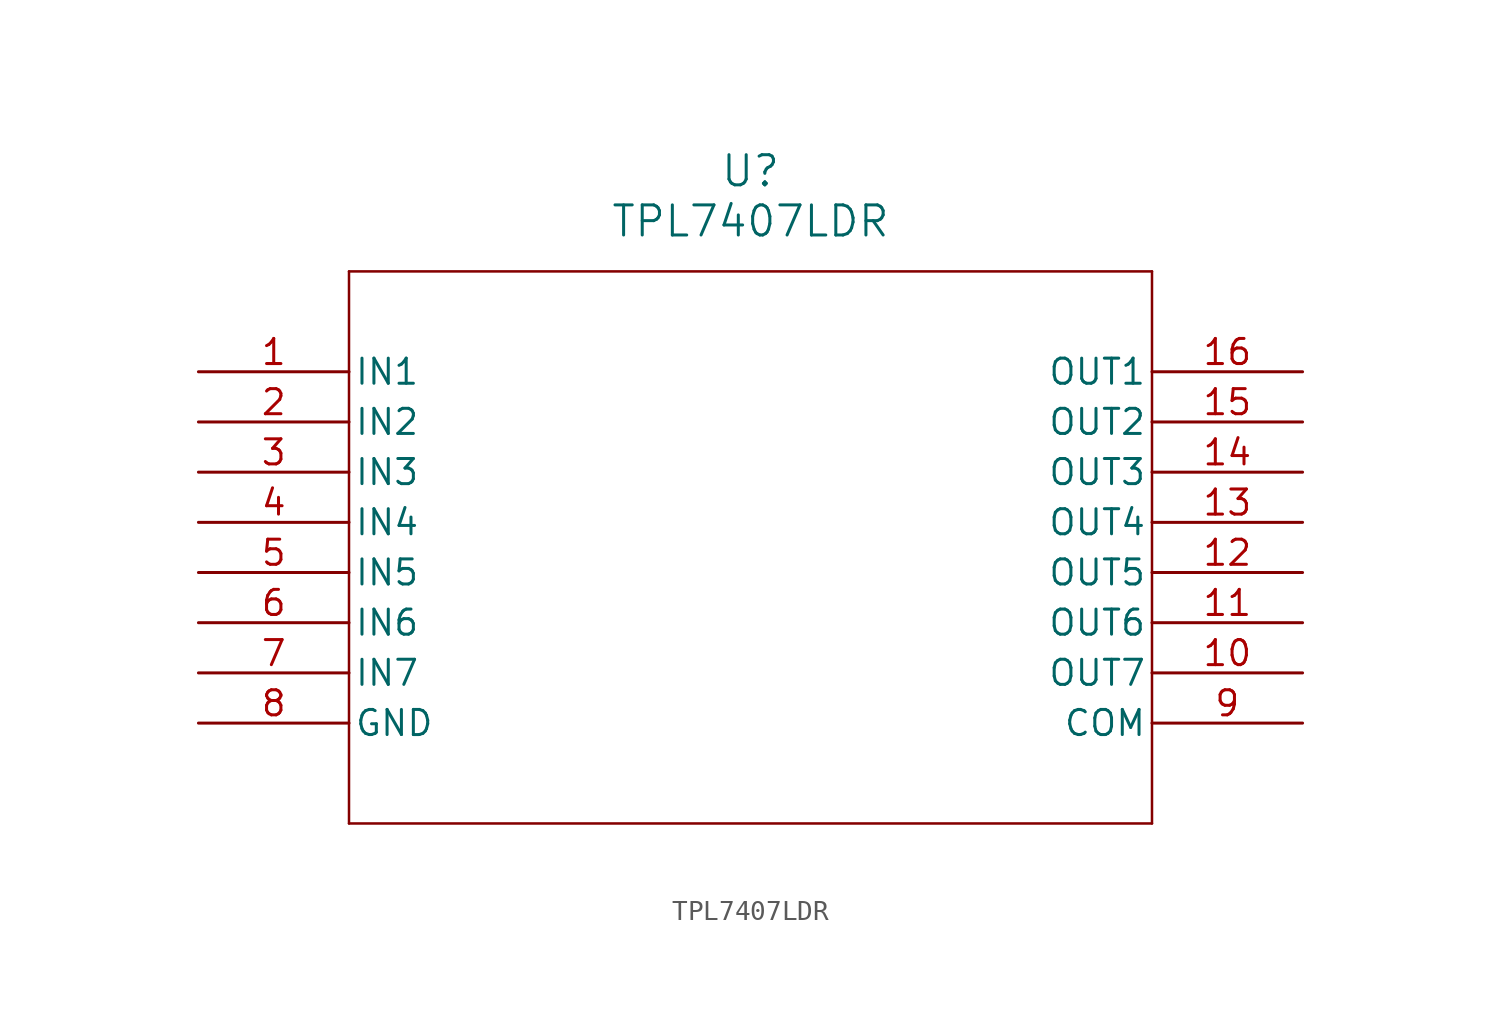
<source format=kicad_sym>
(kicad_symbol_lib
  (version 20211014)
  (generator kicad_symbol_editor)
  (symbol "TPL7407LDR"
    (pin_names
      (offset 0.254))
    (property "Reference" "U"
      (at 27.94 10.16 0)
      (effects (font (size 1.524 1.524))))
    (property "Value" "TPL7407LDR"
      (at 27.94 7.62 0)
      (effects (font (size 1.524 1.524))))
    (symbol "TPL7407LDR_0_1"
      (polyline (pts (xy 7.62 5.08) (xy 7.62 -22.86)) (stroke (width 0.127) (type default) (color 0 0 0 0)) (fill (type none)))
      (polyline (pts (xy 7.62 -22.86) (xy 48.26 -22.86)) (stroke (width 0.127) (type default) (color 0 0 0 0)) (fill (type none)))
      (polyline (pts (xy 48.26 -22.86) (xy 48.26 5.08)) (stroke (width 0.127) (type default) (color 0 0 0 0)) (fill (type none)))
      (polyline (pts (xy 48.26 5.08) (xy 7.62 5.08)) (stroke (width 0.127) (type default) (color 0 0 0 0)) (fill (type none)))
      (pin input line (at 0 0 0) (length 7.62) (name "IN1" (effects (font (size 1.27 1.27)))) (number "1" (effects (font (size 1.27 1.27)))))
      (pin input line (at 0 -2.54 0) (length 7.62) (name "IN2" (effects (font (size 1.27 1.27)))) (number "2" (effects (font (size 1.27 1.27)))))
      (pin input line (at 0 -5.08 0) (length 7.62) (name "IN3" (effects (font (size 1.27 1.27)))) (number "3" (effects (font (size 1.27 1.27)))))
      (pin input line (at 0 -7.62 0) (length 7.62) (name "IN4" (effects (font (size 1.27 1.27)))) (number "4" (effects (font (size 1.27 1.27)))))
      (pin input line (at 0 -10.16 0) (length 7.62) (name "IN5" (effects (font (size 1.27 1.27)))) (number "5" (effects (font (size 1.27 1.27)))))
      (pin input line (at 0 -12.7 0) (length 7.62) (name "IN6" (effects (font (size 1.27 1.27)))) (number "6" (effects (font (size 1.27 1.27)))))
      (pin input line (at 0 -15.24 0) (length 7.62) (name "IN7" (effects (font (size 1.27 1.27)))) (number "7" (effects (font (size 1.27 1.27)))))
      (pin power_in line (at 0 -17.78 0) (length 7.62) (name "GND" (effects (font (size 1.27 1.27)))) (number "8" (effects (font (size 1.27 1.27)))))
      (pin bidirectional line (at 55.88 -17.78 180) (length 7.62) (name "COM" (effects (font (size 1.27 1.27)))) (number "9" (effects (font (size 1.27 1.27)))))
      (pin output line (at 55.88 -15.24 180) (length 7.62) (name "OUT7" (effects (font (size 1.27 1.27)))) (number "10" (effects (font (size 1.27 1.27)))))
      (pin output line (at 55.88 -12.7 180) (length 7.62) (name "OUT6" (effects (font (size 1.27 1.27)))) (number "11" (effects (font (size 1.27 1.27)))))
      (pin output line (at 55.88 -10.16 180) (length 7.62) (name "OUT5" (effects (font (size 1.27 1.27)))) (number "12" (effects (font (size 1.27 1.27)))))
      (pin output line (at 55.88 -7.62 180) (length 7.62) (name "OUT4" (effects (font (size 1.27 1.27)))) (number "13" (effects (font (size 1.27 1.27)))))
      (pin output line (at 55.88 -5.08 180) (length 7.62) (name "OUT3" (effects (font (size 1.27 1.27)))) (number "14" (effects (font (size 1.27 1.27)))))
      (pin output line (at 55.88 -2.54 180) (length 7.62) (name "OUT2" (effects (font (size 1.27 1.27)))) (number "15" (effects (font (size 1.27 1.27)))))
      (pin output line (at 55.88 0 180) (length 7.62) (name "OUT1" (effects (font (size 1.27 1.27)))) (number "16" (effects (font (size 1.27 1.27))))))))
</source>
